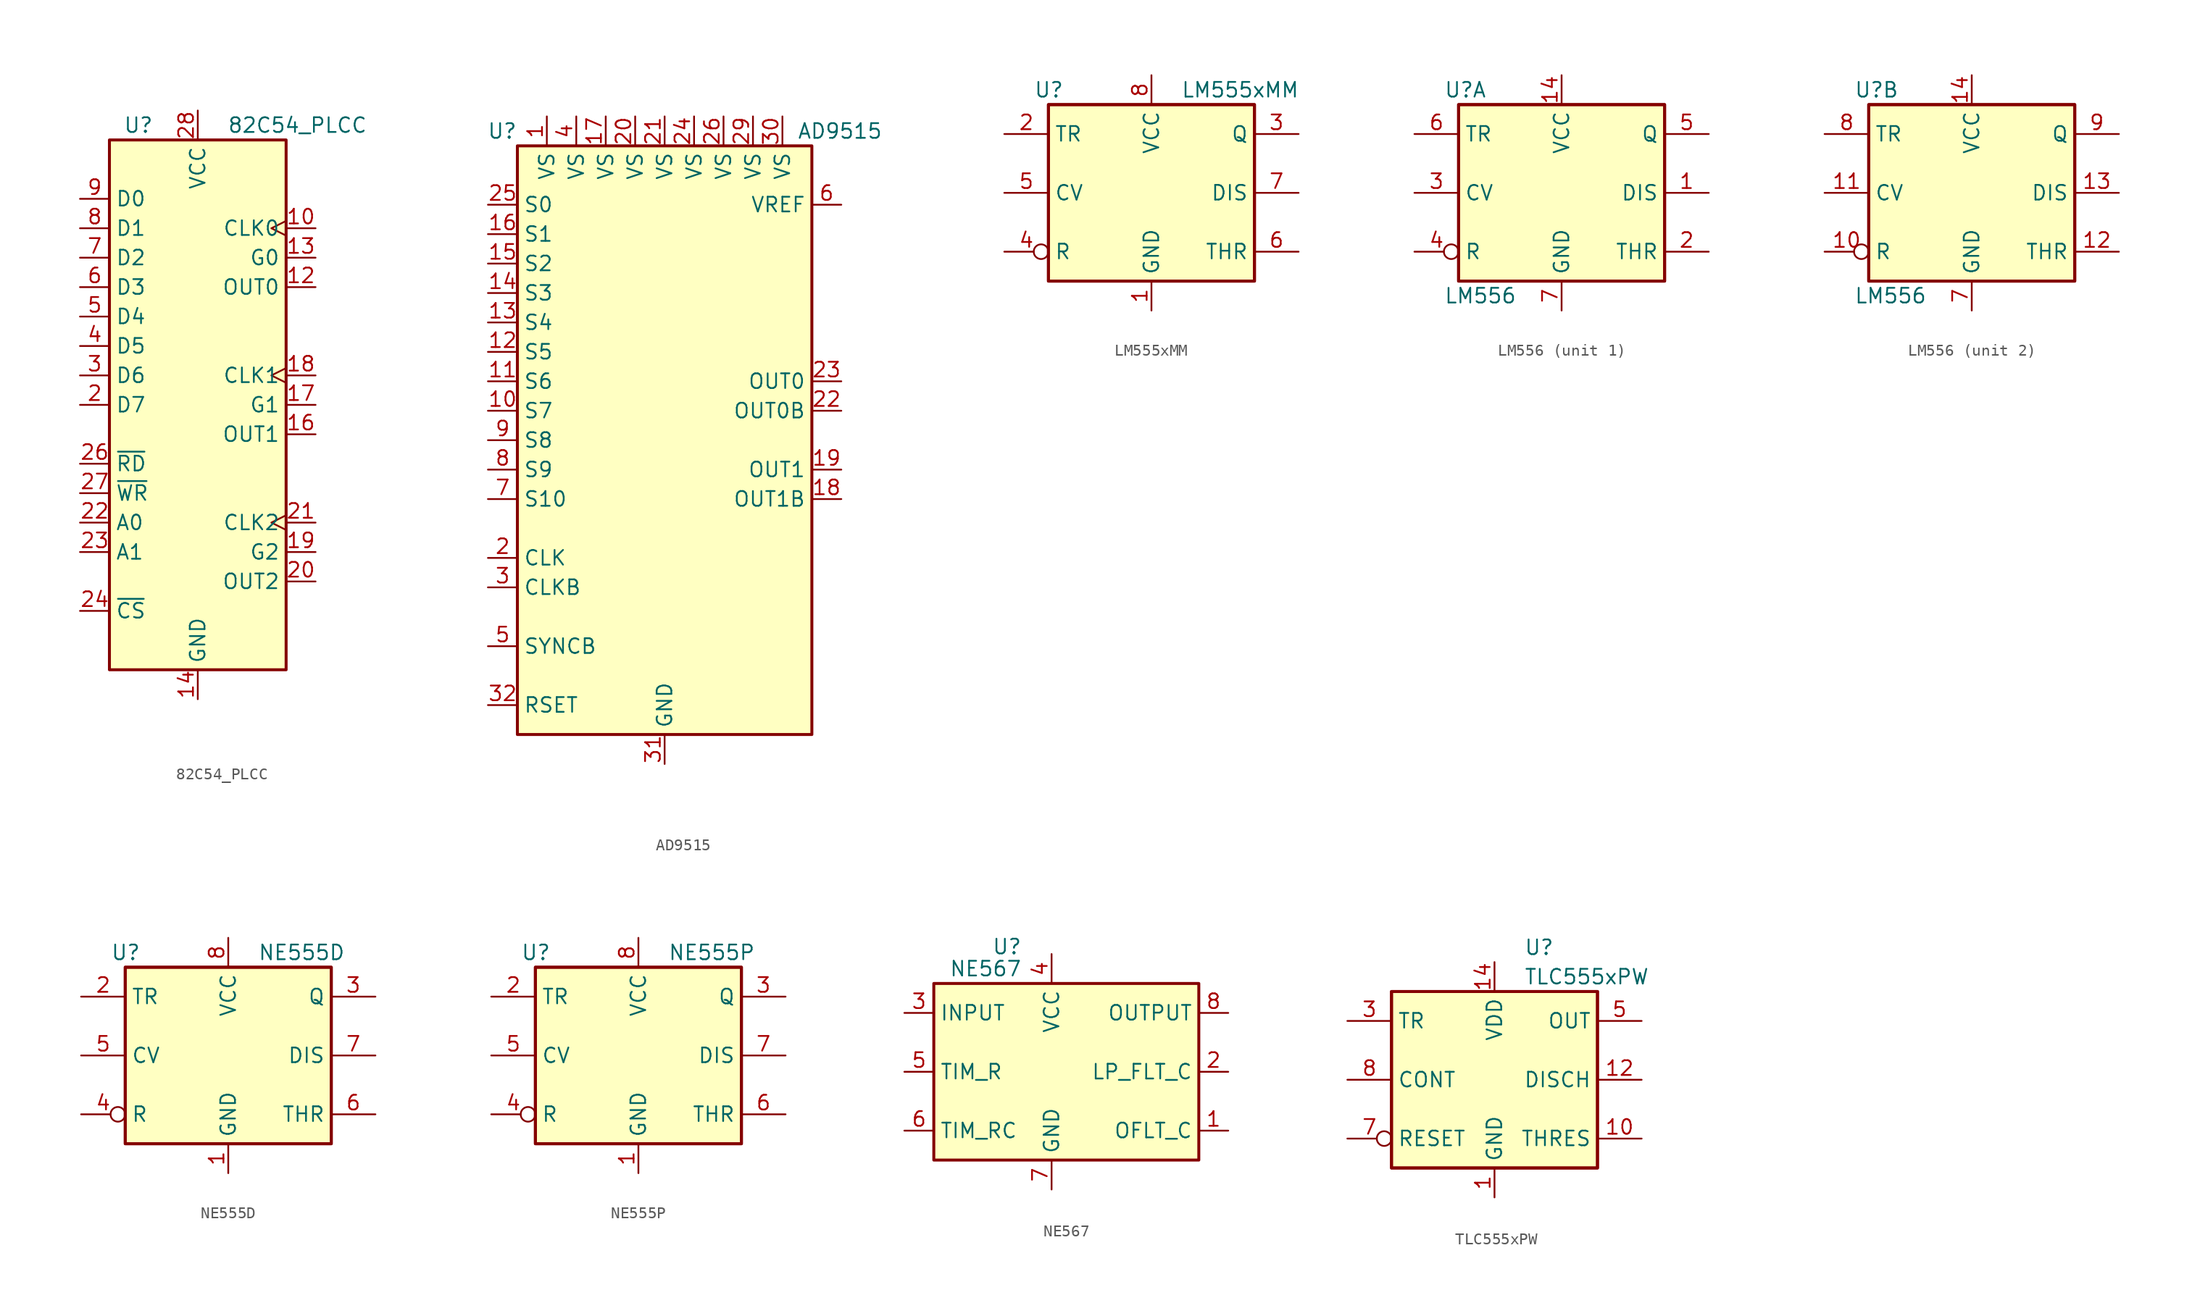
<source format=kicad_sym>
(kicad_symbol_lib
  (version 20200908)
  (generator kicad_symbol_editor)
  (symbol "Timer:82C54_PLCC"
    (property "Reference" "U"
      (at -3.81 24.13 0)
      (effects (font (size 1.27 1.27)) (justify right)))
    (property "Value" "82C54_PLCC"
      (at 2.54 24.13 0)
      (effects (font (size 1.27 1.27)) (justify left)))
    (symbol "82C54_PLCC_0_1"
      (rectangle (start -7.62 -22.86) (end 7.62 22.86) (stroke (width 0.254)) (fill (type background))))
    (symbol "82C54_PLCC_1_1"
      (pin unconnected line (at -5.08 -22.86 90) (length 2.54) hide (name "NC" (effects (font (size 1.27 1.27)))) (number "1" (effects (font (size 1.27 1.27)))))
      (pin input clock (at 10.16 15.24 180) (length 2.54) (name "CLK0" (effects (font (size 1.27 1.27)))) (number "10" (effects (font (size 1.27 1.27)))))
      (pin unconnected line (at -2.54 -22.86 90) (length 2.54) hide (name "NC" (effects (font (size 1.27 1.27)))) (number "11" (effects (font (size 1.27 1.27)))))
      (pin output line (at 10.16 10.16 180) (length 2.54) (name "OUT0" (effects (font (size 1.27 1.27)))) (number "12" (effects (font (size 1.27 1.27)))))
      (pin input line (at 10.16 12.7 180) (length 2.54) (name "G0" (effects (font (size 1.27 1.27)))) (number "13" (effects (font (size 1.27 1.27)))))
      (pin power_in line (at 0 -25.4 90) (length 2.54) (name "GND" (effects (font (size 1.27 1.27)))) (number "14" (effects (font (size 1.27 1.27)))))
      (pin unconnected line (at 2.54 -22.86 90) (length 2.54) hide (name "NC" (effects (font (size 1.27 1.27)))) (number "15" (effects (font (size 1.27 1.27)))))
      (pin output line (at 10.16 -2.54 180) (length 2.54) (name "OUT1" (effects (font (size 1.27 1.27)))) (number "16" (effects (font (size 1.27 1.27)))))
      (pin input line (at 10.16 0 180) (length 2.54) (name "G1" (effects (font (size 1.27 1.27)))) (number "17" (effects (font (size 1.27 1.27)))))
      (pin input clock (at 10.16 2.54 180) (length 2.54) (name "CLK1" (effects (font (size 1.27 1.27)))) (number "18" (effects (font (size 1.27 1.27)))))
      (pin input line (at 10.16 -12.7 180) (length 2.54) (name "G2" (effects (font (size 1.27 1.27)))) (number "19" (effects (font (size 1.27 1.27)))))
      (pin bidirectional line (at -10.16 0 0) (length 2.54) (name "D7" (effects (font (size 1.27 1.27)))) (number "2" (effects (font (size 1.27 1.27)))))
      (pin output line (at 10.16 -15.24 180) (length 2.54) (name "OUT2" (effects (font (size 1.27 1.27)))) (number "20" (effects (font (size 1.27 1.27)))))
      (pin input clock (at 10.16 -10.16 180) (length 2.54) (name "CLK2" (effects (font (size 1.27 1.27)))) (number "21" (effects (font (size 1.27 1.27)))))
      (pin input line (at -10.16 -10.16 0) (length 2.54) (name "A0" (effects (font (size 1.27 1.27)))) (number "22" (effects (font (size 1.27 1.27)))))
      (pin input line (at -10.16 -12.7 0) (length 2.54) (name "A1" (effects (font (size 1.27 1.27)))) (number "23" (effects (font (size 1.27 1.27)))))
      (pin input line (at -10.16 -17.78 0) (length 2.54) (name "~CS~" (effects (font (size 1.27 1.27)))) (number "24" (effects (font (size 1.27 1.27)))))
      (pin unconnected line (at 5.08 -22.86 90) (length 2.54) hide (name "NC" (effects (font (size 1.27 1.27)))) (number "25" (effects (font (size 1.27 1.27)))))
      (pin input line (at -10.16 -5.08 0) (length 2.54) (name "~RD~" (effects (font (size 1.27 1.27)))) (number "26" (effects (font (size 1.27 1.27)))))
      (pin input line (at -10.16 -7.62 0) (length 2.54) (name "~WR~" (effects (font (size 1.27 1.27)))) (number "27" (effects (font (size 1.27 1.27)))))
      (pin power_in line (at 0 25.4 270) (length 2.54) (name "VCC" (effects (font (size 1.27 1.27)))) (number "28" (effects (font (size 1.27 1.27)))))
      (pin bidirectional line (at -10.16 2.54 0) (length 2.54) (name "D6" (effects (font (size 1.27 1.27)))) (number "3" (effects (font (size 1.27 1.27)))))
      (pin bidirectional line (at -10.16 5.08 0) (length 2.54) (name "D5" (effects (font (size 1.27 1.27)))) (number "4" (effects (font (size 1.27 1.27)))))
      (pin bidirectional line (at -10.16 7.62 0) (length 2.54) (name "D4" (effects (font (size 1.27 1.27)))) (number "5" (effects (font (size 1.27 1.27)))))
      (pin bidirectional line (at -10.16 10.16 0) (length 2.54) (name "D3" (effects (font (size 1.27 1.27)))) (number "6" (effects (font (size 1.27 1.27)))))
      (pin bidirectional line (at -10.16 12.7 0) (length 2.54) (name "D2" (effects (font (size 1.27 1.27)))) (number "7" (effects (font (size 1.27 1.27)))))
      (pin bidirectional line (at -10.16 15.24 0) (length 2.54) (name "D1" (effects (font (size 1.27 1.27)))) (number "8" (effects (font (size 1.27 1.27)))))
      (pin bidirectional line (at -10.16 17.78 0) (length 2.54) (name "D0" (effects (font (size 1.27 1.27)))) (number "9" (effects (font (size 1.27 1.27)))))))
  (symbol "Timer:AD9515"
    (property "Reference" "U"
      (at -12.7 26.67 0)
      (effects (font (size 1.27 1.27)) (justify right)))
    (property "Value" "AD9515"
      (at 11.43 26.67 0)
      (effects (font (size 1.27 1.27)) (justify left)))
    (symbol "AD9515_1_1"
      (rectangle (start -12.7 25.4) (end 12.7 -25.4) (stroke (width 0.254)) (fill (type background)))
      (pin power_in line (at -10.16 27.94 270) (length 2.54) (name "VS" (effects (font (size 1.27 1.27)))) (number "1" (effects (font (size 1.27 1.27)))))
      (pin input line (at -15.24 2.54 0) (length 2.54) (name "S7" (effects (font (size 1.27 1.27)))) (number "10" (effects (font (size 1.27 1.27)))))
      (pin input line (at -15.24 5.08 0) (length 2.54) (name "S6" (effects (font (size 1.27 1.27)))) (number "11" (effects (font (size 1.27 1.27)))))
      (pin input line (at -15.24 7.62 0) (length 2.54) (name "S5" (effects (font (size 1.27 1.27)))) (number "12" (effects (font (size 1.27 1.27)))))
      (pin input line (at -15.24 10.16 0) (length 2.54) (name "S4" (effects (font (size 1.27 1.27)))) (number "13" (effects (font (size 1.27 1.27)))))
      (pin input line (at -15.24 12.7 0) (length 2.54) (name "S3" (effects (font (size 1.27 1.27)))) (number "14" (effects (font (size 1.27 1.27)))))
      (pin input line (at -15.24 15.24 0) (length 2.54) (name "S2" (effects (font (size 1.27 1.27)))) (number "15" (effects (font (size 1.27 1.27)))))
      (pin input line (at -15.24 17.78 0) (length 2.54) (name "S1" (effects (font (size 1.27 1.27)))) (number "16" (effects (font (size 1.27 1.27)))))
      (pin power_in line (at -5.08 27.94 270) (length 2.54) (name "VS" (effects (font (size 1.27 1.27)))) (number "17" (effects (font (size 1.27 1.27)))))
      (pin output line (at 15.24 -5.08 180) (length 2.54) (name "OUT1B" (effects (font (size 1.27 1.27)))) (number "18" (effects (font (size 1.27 1.27)))))
      (pin output line (at 15.24 -2.54 180) (length 2.54) (name "OUT1" (effects (font (size 1.27 1.27)))) (number "19" (effects (font (size 1.27 1.27)))))
      (pin input line (at -15.24 -10.16 0) (length 2.54) (name "CLK" (effects (font (size 1.27 1.27)))) (number "2" (effects (font (size 1.27 1.27)))))
      (pin power_in line (at -2.54 27.94 270) (length 2.54) (name "VS" (effects (font (size 1.27 1.27)))) (number "20" (effects (font (size 1.27 1.27)))))
      (pin power_in line (at 0 27.94 270) (length 2.54) (name "VS" (effects (font (size 1.27 1.27)))) (number "21" (effects (font (size 1.27 1.27)))))
      (pin output line (at 15.24 2.54 180) (length 2.54) (name "OUT0B" (effects (font (size 1.27 1.27)))) (number "22" (effects (font (size 1.27 1.27)))))
      (pin output line (at 15.24 5.08 180) (length 2.54) (name "OUT0" (effects (font (size 1.27 1.27)))) (number "23" (effects (font (size 1.27 1.27)))))
      (pin power_in line (at 2.54 27.94 270) (length 2.54) (name "VS" (effects (font (size 1.27 1.27)))) (number "24" (effects (font (size 1.27 1.27)))))
      (pin input line (at -15.24 20.32 0) (length 2.54) (name "S0" (effects (font (size 1.27 1.27)))) (number "25" (effects (font (size 1.27 1.27)))))
      (pin power_in line (at 5.08 27.94 270) (length 2.54) (name "VS" (effects (font (size 1.27 1.27)))) (number "26" (effects (font (size 1.27 1.27)))))
      (pin unconnected line (at 12.7 10.16 180) (length 2.54) hide (name "NC" (effects (font (size 1.27 1.27)))) (number "27" (effects (font (size 1.27 1.27)))))
      (pin unconnected line (at 12.7 12.7 180) (length 2.54) hide (name "NC" (effects (font (size 1.27 1.27)))) (number "28" (effects (font (size 1.27 1.27)))))
      (pin power_in line (at 7.62 27.94 270) (length 2.54) (name "VS" (effects (font (size 1.27 1.27)))) (number "29" (effects (font (size 1.27 1.27)))))
      (pin input line (at -15.24 -12.7 0) (length 2.54) (name "CLKB" (effects (font (size 1.27 1.27)))) (number "3" (effects (font (size 1.27 1.27)))))
      (pin power_in line (at 10.16 27.94 270) (length 2.54) (name "VS" (effects (font (size 1.27 1.27)))) (number "30" (effects (font (size 1.27 1.27)))))
      (pin power_in line (at 0 -27.94 90) (length 2.54) (name "GND" (effects (font (size 1.27 1.27)))) (number "31" (effects (font (size 1.27 1.27)))))
      (pin passive line (at -15.24 -22.86 0) (length 2.54) (name "RSET" (effects (font (size 1.27 1.27)))) (number "32" (effects (font (size 1.27 1.27)))))
      (pin passive line (at 0 -27.94 90) (length 2.54) hide (name "GND" (effects (font (size 1.27 1.27)))) (number "33" (effects (font (size 1.27 1.27)))))
      (pin power_in line (at -7.62 27.94 270) (length 2.54) (name "VS" (effects (font (size 1.27 1.27)))) (number "4" (effects (font (size 1.27 1.27)))))
      (pin input line (at -15.24 -17.78 0) (length 2.54) (name "SYNCB" (effects (font (size 1.27 1.27)))) (number "5" (effects (font (size 1.27 1.27)))))
      (pin power_out line (at 15.24 20.32 180) (length 2.54) (name "VREF" (effects (font (size 1.27 1.27)))) (number "6" (effects (font (size 1.27 1.27)))))
      (pin input line (at -15.24 -5.08 0) (length 2.54) (name "S10" (effects (font (size 1.27 1.27)))) (number "7" (effects (font (size 1.27 1.27)))))
      (pin input line (at -15.24 -2.54 0) (length 2.54) (name "S9" (effects (font (size 1.27 1.27)))) (number "8" (effects (font (size 1.27 1.27)))))
      (pin input line (at -15.24 0 0) (length 2.54) (name "S8" (effects (font (size 1.27 1.27)))) (number "9" (effects (font (size 1.27 1.27)))))))
  (symbol "Timer:LM555xMM"
    (property "Reference" "U"
      (at -10.16 8.89 0)
      (effects (font (size 1.27 1.27)) (justify left)))
    (property "Value" "LM555xMM"
      (at 2.54 8.89 0)
      (effects (font (size 1.27 1.27)) (justify left)))
    (symbol "LM555xMM_0_1"
      (rectangle (start -8.89 -7.62) (end 8.89 7.62) (stroke (width 0.254)) (fill (type background)))
      (rectangle (start -8.89 -7.62) (end 8.89 7.62) (stroke (width 0.254)) (fill (type background))))
    (symbol "LM555xMM_0_0"
      (pin power_in line (at 0 -10.16 90) (length 2.54) (name "GND" (effects (font (size 1.27 1.27)))) (number "1" (effects (font (size 1.27 1.27)))))
      (pin power_in line (at 0 10.16 270) (length 2.54) (name "VCC" (effects (font (size 1.27 1.27)))) (number "8" (effects (font (size 1.27 1.27))))))
    (symbol "LM555xMM_1_1"
      (pin input line (at -12.7 5.08 0) (length 3.81) (name "TR" (effects (font (size 1.27 1.27)))) (number "2" (effects (font (size 1.27 1.27)))))
      (pin output line (at 12.7 5.08 180) (length 3.81) (name "Q" (effects (font (size 1.27 1.27)))) (number "3" (effects (font (size 1.27 1.27)))))
      (pin input inverted (at -12.7 -5.08 0) (length 3.81) (name "R" (effects (font (size 1.27 1.27)))) (number "4" (effects (font (size 1.27 1.27)))))
      (pin input line (at -12.7 0 0) (length 3.81) (name "CV" (effects (font (size 1.27 1.27)))) (number "5" (effects (font (size 1.27 1.27)))))
      (pin input line (at 12.7 -5.08 180) (length 3.81) (name "THR" (effects (font (size 1.27 1.27)))) (number "6" (effects (font (size 1.27 1.27)))))
      (pin input line (at 12.7 0 180) (length 3.81) (name "DIS" (effects (font (size 1.27 1.27)))) (number "7" (effects (font (size 1.27 1.27)))))))
  (symbol "Timer:LM556"
    (property "Reference" "U"
      (at -10.16 8.89 0)
      (effects (font (size 1.27 1.27)) (justify left)))
    (property "Value" "LM556"
      (at -10.16 -8.89 0)
      (effects (font (size 1.27 1.27)) (justify left)))
    (symbol "LM556_0_1"
      (rectangle (start -8.89 -7.62) (end 8.89 7.62) (stroke (width 0.254)) (fill (type background)))
      (rectangle (start -8.89 -7.62) (end 8.89 7.62) (stroke (width 0.254)) (fill (type background))))
    (symbol "LM556_0_0"
      (pin power_in line (at 0 10.16 270) (length 2.54) (name "VCC" (effects (font (size 1.27 1.27)))) (number "14" (effects (font (size 1.27 1.27)))))
      (pin power_in line (at 0 -10.16 90) (length 2.54) (name "GND" (effects (font (size 1.27 1.27)))) (number "7" (effects (font (size 1.27 1.27))))))
    (symbol "LM556_1_1"
      (pin input line (at 12.7 0 180) (length 3.81) (name "DIS" (effects (font (size 1.27 1.27)))) (number "1" (effects (font (size 1.27 1.27)))))
      (pin input line (at 12.7 -5.08 180) (length 3.81) (name "THR" (effects (font (size 1.27 1.27)))) (number "2" (effects (font (size 1.27 1.27)))))
      (pin input line (at -12.7 0 0) (length 3.81) (name "CV" (effects (font (size 1.27 1.27)))) (number "3" (effects (font (size 1.27 1.27)))))
      (pin input inverted (at -12.7 -5.08 0) (length 3.81) (name "R" (effects (font (size 1.27 1.27)))) (number "4" (effects (font (size 1.27 1.27)))))
      (pin output line (at 12.7 5.08 180) (length 3.81) (name "Q" (effects (font (size 1.27 1.27)))) (number "5" (effects (font (size 1.27 1.27)))))
      (pin input line (at -12.7 5.08 0) (length 3.81) (name "TR" (effects (font (size 1.27 1.27)))) (number "6" (effects (font (size 1.27 1.27))))))
    (symbol "LM556_2_1"
      (pin input inverted (at -12.7 -5.08 0) (length 3.81) (name "R" (effects (font (size 1.27 1.27)))) (number "10" (effects (font (size 1.27 1.27)))))
      (pin input line (at -12.7 0 0) (length 3.81) (name "CV" (effects (font (size 1.27 1.27)))) (number "11" (effects (font (size 1.27 1.27)))))
      (pin input line (at 12.7 -5.08 180) (length 3.81) (name "THR" (effects (font (size 1.27 1.27)))) (number "12" (effects (font (size 1.27 1.27)))))
      (pin input line (at 12.7 0 180) (length 3.81) (name "DIS" (effects (font (size 1.27 1.27)))) (number "13" (effects (font (size 1.27 1.27)))))
      (pin input line (at -12.7 5.08 0) (length 3.81) (name "TR" (effects (font (size 1.27 1.27)))) (number "8" (effects (font (size 1.27 1.27)))))
      (pin output line (at 12.7 5.08 180) (length 3.81) (name "Q" (effects (font (size 1.27 1.27)))) (number "9" (effects (font (size 1.27 1.27)))))))
  (symbol "Timer:NE555D"
    (property "Reference" "U"
      (at -10.16 8.89 0)
      (effects (font (size 1.27 1.27)) (justify left)))
    (property "Value" "NE555D"
      (at 2.54 8.89 0)
      (effects (font (size 1.27 1.27)) (justify left)))
    (symbol "NE555D_0_1"
      (rectangle (start -8.89 -7.62) (end 8.89 7.62) (stroke (width 0.254)) (fill (type background)))
      (rectangle (start -8.89 -7.62) (end 8.89 7.62) (stroke (width 0.254)) (fill (type background))))
    (symbol "NE555D_0_0"
      (pin power_in line (at 0 -10.16 90) (length 2.54) (name "GND" (effects (font (size 1.27 1.27)))) (number "1" (effects (font (size 1.27 1.27)))))
      (pin power_in line (at 0 10.16 270) (length 2.54) (name "VCC" (effects (font (size 1.27 1.27)))) (number "8" (effects (font (size 1.27 1.27))))))
    (symbol "NE555D_1_1"
      (pin input line (at -12.7 5.08 0) (length 3.81) (name "TR" (effects (font (size 1.27 1.27)))) (number "2" (effects (font (size 1.27 1.27)))))
      (pin output line (at 12.7 5.08 180) (length 3.81) (name "Q" (effects (font (size 1.27 1.27)))) (number "3" (effects (font (size 1.27 1.27)))))
      (pin input inverted (at -12.7 -5.08 0) (length 3.81) (name "R" (effects (font (size 1.27 1.27)))) (number "4" (effects (font (size 1.27 1.27)))))
      (pin input line (at -12.7 0 0) (length 3.81) (name "CV" (effects (font (size 1.27 1.27)))) (number "5" (effects (font (size 1.27 1.27)))))
      (pin input line (at 12.7 -5.08 180) (length 3.81) (name "THR" (effects (font (size 1.27 1.27)))) (number "6" (effects (font (size 1.27 1.27)))))
      (pin input line (at 12.7 0 180) (length 3.81) (name "DIS" (effects (font (size 1.27 1.27)))) (number "7" (effects (font (size 1.27 1.27)))))))
  (symbol "Timer:NE555P"
    (property "Reference" "U"
      (at -10.16 8.89 0)
      (effects (font (size 1.27 1.27)) (justify left)))
    (property "Value" "NE555P"
      (at 2.54 8.89 0)
      (effects (font (size 1.27 1.27)) (justify left)))
    (symbol "NE555P_0_1"
      (rectangle (start -8.89 -7.62) (end 8.89 7.62) (stroke (width 0.254)) (fill (type background)))
      (rectangle (start -8.89 -7.62) (end 8.89 7.62) (stroke (width 0.254)) (fill (type background))))
    (symbol "NE555P_0_0"
      (pin power_in line (at 0 -10.16 90) (length 2.54) (name "GND" (effects (font (size 1.27 1.27)))) (number "1" (effects (font (size 1.27 1.27)))))
      (pin power_in line (at 0 10.16 270) (length 2.54) (name "VCC" (effects (font (size 1.27 1.27)))) (number "8" (effects (font (size 1.27 1.27))))))
    (symbol "NE555P_1_1"
      (pin input line (at -12.7 5.08 0) (length 3.81) (name "TR" (effects (font (size 1.27 1.27)))) (number "2" (effects (font (size 1.27 1.27)))))
      (pin output line (at 12.7 5.08 180) (length 3.81) (name "Q" (effects (font (size 1.27 1.27)))) (number "3" (effects (font (size 1.27 1.27)))))
      (pin input inverted (at -12.7 -5.08 0) (length 3.81) (name "R" (effects (font (size 1.27 1.27)))) (number "4" (effects (font (size 1.27 1.27)))))
      (pin input line (at -12.7 0 0) (length 3.81) (name "CV" (effects (font (size 1.27 1.27)))) (number "5" (effects (font (size 1.27 1.27)))))
      (pin input line (at 12.7 -5.08 180) (length 3.81) (name "THR" (effects (font (size 1.27 1.27)))) (number "6" (effects (font (size 1.27 1.27)))))
      (pin input line (at 12.7 0 180) (length 3.81) (name "DIS" (effects (font (size 1.27 1.27)))) (number "7" (effects (font (size 1.27 1.27)))))))
  (symbol "Timer:NE567"
    (property "Reference" "U"
      (at -2.54 10.795 0)
      (effects (font (size 1.27 1.27)) (justify right)))
    (property "Value" "NE567"
      (at -2.54 8.89 0)
      (effects (font (size 1.27 1.27)) (justify right)))
    (symbol "NE567_0_1"
      (rectangle (start -10.16 7.62) (end 12.7 -7.62) (stroke (width 0.254)) (fill (type background))))
    (symbol "NE567_1_1"
      (pin output line (at 15.24 -5.08 180) (length 2.54) (name "OFLT_C" (effects (font (size 1.27 1.27)))) (number "1" (effects (font (size 1.27 1.27)))))
      (pin output line (at 15.24 0 180) (length 2.54) (name "LP_FLT_C" (effects (font (size 1.27 1.27)))) (number "2" (effects (font (size 1.27 1.27)))))
      (pin input line (at -12.7 5.08 0) (length 2.54) (name "INPUT" (effects (font (size 1.27 1.27)))) (number "3" (effects (font (size 1.27 1.27)))))
      (pin power_in line (at 0 10.16 270) (length 2.54) (name "VCC" (effects (font (size 1.27 1.27)))) (number "4" (effects (font (size 1.27 1.27)))))
      (pin input line (at -12.7 0 0) (length 2.54) (name "TIM_R" (effects (font (size 1.27 1.27)))) (number "5" (effects (font (size 1.27 1.27)))))
      (pin input line (at -12.7 -5.08 0) (length 2.54) (name "TIM_RC" (effects (font (size 1.27 1.27)))) (number "6" (effects (font (size 1.27 1.27)))))
      (pin power_in line (at 0 -10.16 90) (length 2.54) (name "GND" (effects (font (size 1.27 1.27)))) (number "7" (effects (font (size 1.27 1.27)))))
      (pin output line (at 15.24 5.08 180) (length 2.54) (name "OUTPUT" (effects (font (size 1.27 1.27)))) (number "8" (effects (font (size 1.27 1.27)))))))
  (symbol "Timer:TLC555xPW"
    (property "Reference" "U"
      (at 2.54 11.43 0)
      (effects (font (size 1.27 1.27)) (justify left)))
    (property "Value" "TLC555xPW"
      (at 2.54 8.89 0)
      (effects (font (size 1.27 1.27)) (justify left)))
    (symbol "TLC555xPW_0_1"
      (rectangle (start -8.89 -7.62) (end 8.89 7.62) (stroke (width 0.254)) (fill (type background)))
      (rectangle (start -8.89 -7.62) (end 8.89 7.62) (stroke (width 0.254)) (fill (type background))))
    (symbol "TLC555xPW_0_0"
      (pin power_in line (at 0 -10.16 90) (length 2.54) (name "GND" (effects (font (size 1.27 1.27)))) (number "1" (effects (font (size 1.27 1.27)))))
      (pin power_in line (at 0 10.16 270) (length 2.54) (name "VDD" (effects (font (size 1.27 1.27)))) (number "14" (effects (font (size 1.27 1.27))))))
    (symbol "TLC555xPW_1_1"
      (pin input line (at 12.7 -5.08 180) (length 3.81) (name "THRES" (effects (font (size 1.27 1.27)))) (number "10" (effects (font (size 1.27 1.27)))))
      (pin unconnected line (at 0 0 270) (length 2.54) hide (name "NC" (effects (font (size 1.27 1.27)))) (number "11" (effects (font (size 1.27 1.27)))))
      (pin input line (at 12.7 0 180) (length 3.81) (name "DISCH" (effects (font (size 1.27 1.27)))) (number "12" (effects (font (size 1.27 1.27)))))
      (pin unconnected line (at 2.54 0 270) (length 2.54) hide (name "NC" (effects (font (size 1.27 1.27)))) (number "13" (effects (font (size 1.27 1.27)))))
      (pin unconnected line (at -2.54 5.08 270) (length 2.54) hide (name "NC" (effects (font (size 1.27 1.27)))) (number "2" (effects (font (size 1.27 1.27)))))
      (pin input line (at -12.7 5.08 0) (length 3.81) (name "TR" (effects (font (size 1.27 1.27)))) (number "3" (effects (font (size 1.27 1.27)))))
      (pin unconnected line (at 0 5.08 270) (length 2.54) hide (name "NC" (effects (font (size 1.27 1.27)))) (number "4" (effects (font (size 1.27 1.27)))))
      (pin output line (at 12.7 5.08 180) (length 3.81) (name "OUT" (effects (font (size 1.27 1.27)))) (number "5" (effects (font (size 1.27 1.27)))))
      (pin unconnected line (at 2.54 5.08 270) (length 2.54) hide (name "NC" (effects (font (size 1.27 1.27)))) (number "6" (effects (font (size 1.27 1.27)))))
      (pin input inverted (at -12.7 -5.08 0) (length 3.81) (name "RESET" (effects (font (size 1.27 1.27)))) (number "7" (effects (font (size 1.27 1.27)))))
      (pin input line (at -12.7 0 0) (length 3.81) (name "CONT" (effects (font (size 1.27 1.27)))) (number "8" (effects (font (size 1.27 1.27)))))
      (pin unconnected line (at -2.54 0 270) (length 2.54) hide (name "NC" (effects (font (size 1.27 1.27)))) (number "9" (effects (font (size 1.27 1.27))))))))
</source>
